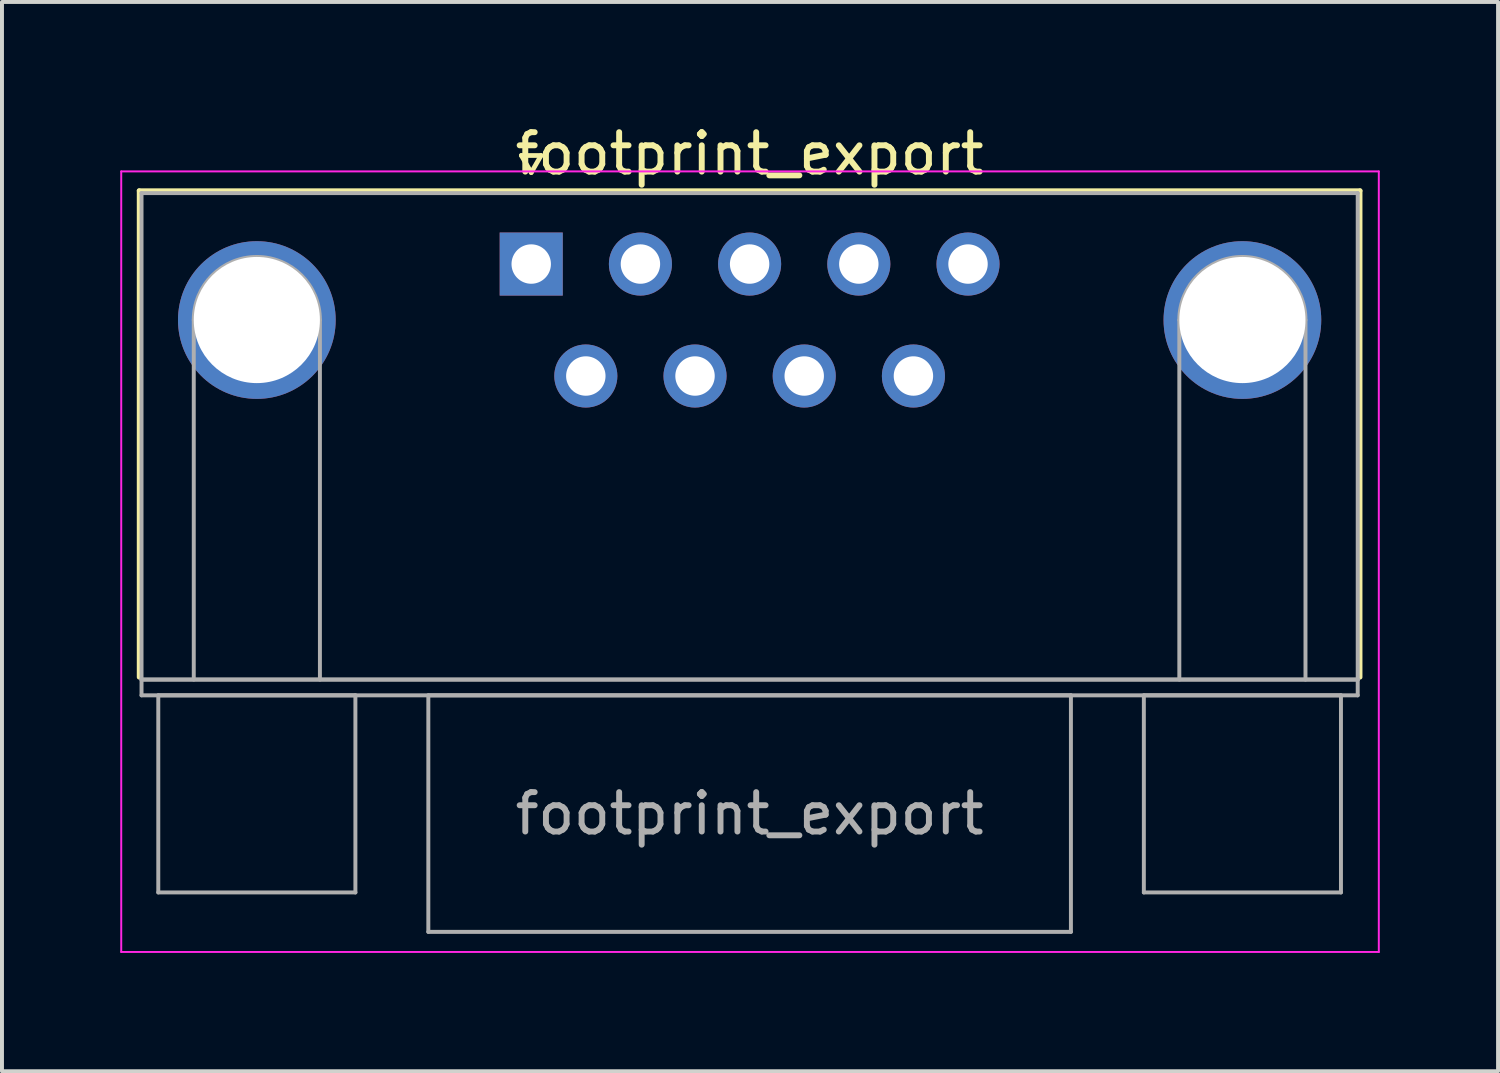
<source format=kicad_pcb>
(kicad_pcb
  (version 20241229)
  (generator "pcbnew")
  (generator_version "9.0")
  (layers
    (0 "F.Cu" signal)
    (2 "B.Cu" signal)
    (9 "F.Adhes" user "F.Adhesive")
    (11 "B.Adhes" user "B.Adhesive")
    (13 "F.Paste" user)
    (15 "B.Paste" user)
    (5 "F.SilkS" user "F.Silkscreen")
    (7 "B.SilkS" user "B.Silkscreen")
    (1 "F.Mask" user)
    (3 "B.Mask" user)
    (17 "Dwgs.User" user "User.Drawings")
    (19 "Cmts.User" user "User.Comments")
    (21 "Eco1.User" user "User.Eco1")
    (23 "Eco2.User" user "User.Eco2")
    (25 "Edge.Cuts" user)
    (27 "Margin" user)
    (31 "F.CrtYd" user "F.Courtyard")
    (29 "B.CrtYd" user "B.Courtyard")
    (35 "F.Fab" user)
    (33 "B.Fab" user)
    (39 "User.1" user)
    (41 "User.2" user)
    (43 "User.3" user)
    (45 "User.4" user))
  (footprint "footprint_export"
    (layer "F.Cu")
    (at 10.425 3.648)
    (property "Reference" "footprint_export" (at 5.54 -2.8 0) (layer "F.SilkS") (effects (font (size 1 1) (thickness 0.15))))
    (attr through_hole)
    (fp_line (start -9.945 -1.86) (end 21.025 -1.86) (stroke (width 0.12) (type solid)) (layer "F.SilkS"))
    (fp_line (start -9.945 10.48) (end -9.945 -1.86) (stroke (width 0.12) (type solid)) (layer "F.SilkS"))
    (fp_line (start -0.25 -2.754) (end 0.25 -2.754) (stroke (width 0.12) (type solid)) (layer "F.SilkS"))
    (fp_line (start 0 -2.321) (end -0.25 -2.754) (stroke (width 0.12) (type solid)) (layer "F.SilkS"))
    (fp_line (start 0.25 -2.754) (end 0 -2.321) (stroke (width 0.12) (type solid)) (layer "F.SilkS"))
    (fp_line (start 21.025 -1.86) (end 21.025 10.48) (stroke (width 0.12) (type solid)) (layer "F.SilkS"))
    (fp_line (start -10.4 -2.35) (end -10.4 17.45) (stroke (width 0.05) (type solid)) (layer "F.CrtYd"))
    (fp_line (start -10.4 17.45) (end 21.5 17.45) (stroke (width 0.05) (type solid)) (layer "F.CrtYd"))
    (fp_line (start 21.5 -2.35) (end -10.4 -2.35) (stroke (width 0.05) (type solid)) (layer "F.CrtYd"))
    (fp_line (start 21.5 17.45) (end 21.5 -2.35) (stroke (width 0.05) (type solid)) (layer "F.CrtYd"))
    (fp_line (start -9.885 -1.8) (end -9.885 10.54) (stroke (width 0.1) (type solid)) (layer "F.Fab"))
    (fp_line (start -9.885 10.54) (end -9.885 10.94) (stroke (width 0.1) (type solid)) (layer "F.Fab"))
    (fp_line (start -9.885 10.54) (end 20.965 10.54) (stroke (width 0.1) (type solid)) (layer "F.Fab"))
    (fp_line (start -9.885 10.94) (end 20.965 10.94) (stroke (width 0.1) (type solid)) (layer "F.Fab"))
    (fp_line (start -9.46 10.94) (end -9.46 15.94) (stroke (width 0.1) (type solid)) (layer "F.Fab"))
    (fp_line (start -9.46 15.94) (end -4.46 15.94) (stroke (width 0.1) (type solid)) (layer "F.Fab"))
    (fp_line (start -8.56 10.54) (end -8.56 1.42) (stroke (width 0.1) (type solid)) (layer "F.Fab"))
    (fp_line (start -5.36 10.54) (end -5.36 1.42) (stroke (width 0.1) (type solid)) (layer "F.Fab"))
    (fp_line (start -4.46 10.94) (end -9.46 10.94) (stroke (width 0.1) (type solid)) (layer "F.Fab"))
    (fp_line (start -4.46 15.94) (end -4.46 10.94) (stroke (width 0.1) (type solid)) (layer "F.Fab"))
    (fp_line (start -2.61 10.94) (end -2.61 16.94) (stroke (width 0.1) (type solid)) (layer "F.Fab"))
    (fp_line (start -2.61 16.94) (end 13.69 16.94) (stroke (width 0.1) (type solid)) (layer "F.Fab"))
    (fp_line (start 13.69 10.94) (end -2.61 10.94) (stroke (width 0.1) (type solid)) (layer "F.Fab"))
    (fp_line (start 13.69 16.94) (end 13.69 10.94) (stroke (width 0.1) (type solid)) (layer "F.Fab"))
    (fp_line (start 15.54 10.94) (end 15.54 15.94) (stroke (width 0.1) (type solid)) (layer "F.Fab"))
    (fp_line (start 15.54 15.94) (end 20.54 15.94) (stroke (width 0.1) (type solid)) (layer "F.Fab"))
    (fp_line (start 16.44 10.54) (end 16.44 1.42) (stroke (width 0.1) (type solid)) (layer "F.Fab"))
    (fp_line (start 19.64 10.54) (end 19.64 1.42) (stroke (width 0.1) (type solid)) (layer "F.Fab"))
    (fp_line (start 20.54 10.94) (end 15.54 10.94) (stroke (width 0.1) (type solid)) (layer "F.Fab"))
    (fp_line (start 20.54 15.94) (end 20.54 10.94) (stroke (width 0.1) (type solid)) (layer "F.Fab"))
    (fp_line (start 20.965 -1.8) (end -9.885 -1.8) (stroke (width 0.1) (type solid)) (layer "F.Fab"))
    (fp_line (start 20.965 10.54) (end -9.885 10.54) (stroke (width 0.1) (type solid)) (layer "F.Fab"))
    (fp_line (start 20.965 10.54) (end 20.965 -1.8) (stroke (width 0.1) (type solid)) (layer "F.Fab"))
    (fp_line (start 20.965 10.94) (end 20.965 10.54) (stroke (width 0.1) (type solid)) (layer "F.Fab"))
    (fp_arc (start -8.56 1.42) (mid -6.96 -0.18) (end -5.36 1.42) (stroke (width 0.1) (type solid)) (layer "F.Fab"))
    (fp_arc (start 16.44 1.42) (mid 18.04 -0.18) (end 19.64 1.42) (stroke (width 0.1) (type solid)) (layer "F.Fab"))
    (fp_text user "${REFERENCE}" (at 5.54 13.94 0) (layer "F.Fab") (effects (font (size 1 1) (thickness 0.15))))
    (pad "0" thru_hole circle (at -6.96 1.42) (size 4 4) (drill 3.2) (layers "*.Cu" "*.Mask"))
    (pad "0" thru_hole circle (at 18.04 1.42) (size 4 4) (drill 3.2) (layers "*.Cu" "*.Mask"))
    (pad "1" thru_hole rect (at 0 0) (size 1.6 1.6) (drill 1) (layers "*.Cu" "*.Mask"))
    (pad "2" thru_hole circle (at 2.77 0) (size 1.6 1.6) (drill 1) (layers "*.Cu" "*.Mask"))
    (pad "3" thru_hole circle (at 5.54 0) (size 1.6 1.6) (drill 1) (layers "*.Cu" "*.Mask"))
    (pad "4" thru_hole circle (at 8.31 0) (size 1.6 1.6) (drill 1) (layers "*.Cu" "*.Mask"))
    (pad "5" thru_hole circle (at 11.08 0) (size 1.6 1.6) (drill 1) (layers "*.Cu" "*.Mask"))
    (pad "6" thru_hole circle (at 1.385 2.84) (size 1.6 1.6) (drill 1) (layers "*.Cu" "*.Mask"))
    (pad "7" thru_hole circle (at 4.155 2.84) (size 1.6 1.6) (drill 1) (layers "*.Cu" "*.Mask"))
    (pad "8" thru_hole circle (at 6.925 2.84) (size 1.6 1.6) (drill 1) (layers "*.Cu" "*.Mask"))
    (pad "9" thru_hole circle (at 9.695 2.84) (size 1.6 1.6) (drill 1) (layers "*.Cu" "*.Mask")))
  (gr_rect
    (start -3 -3)
    (end 34.95 24.123)
    (stroke (width 0.1) (type default))
    (fill no)
    (layer "Edge.Cuts")))
</source>
